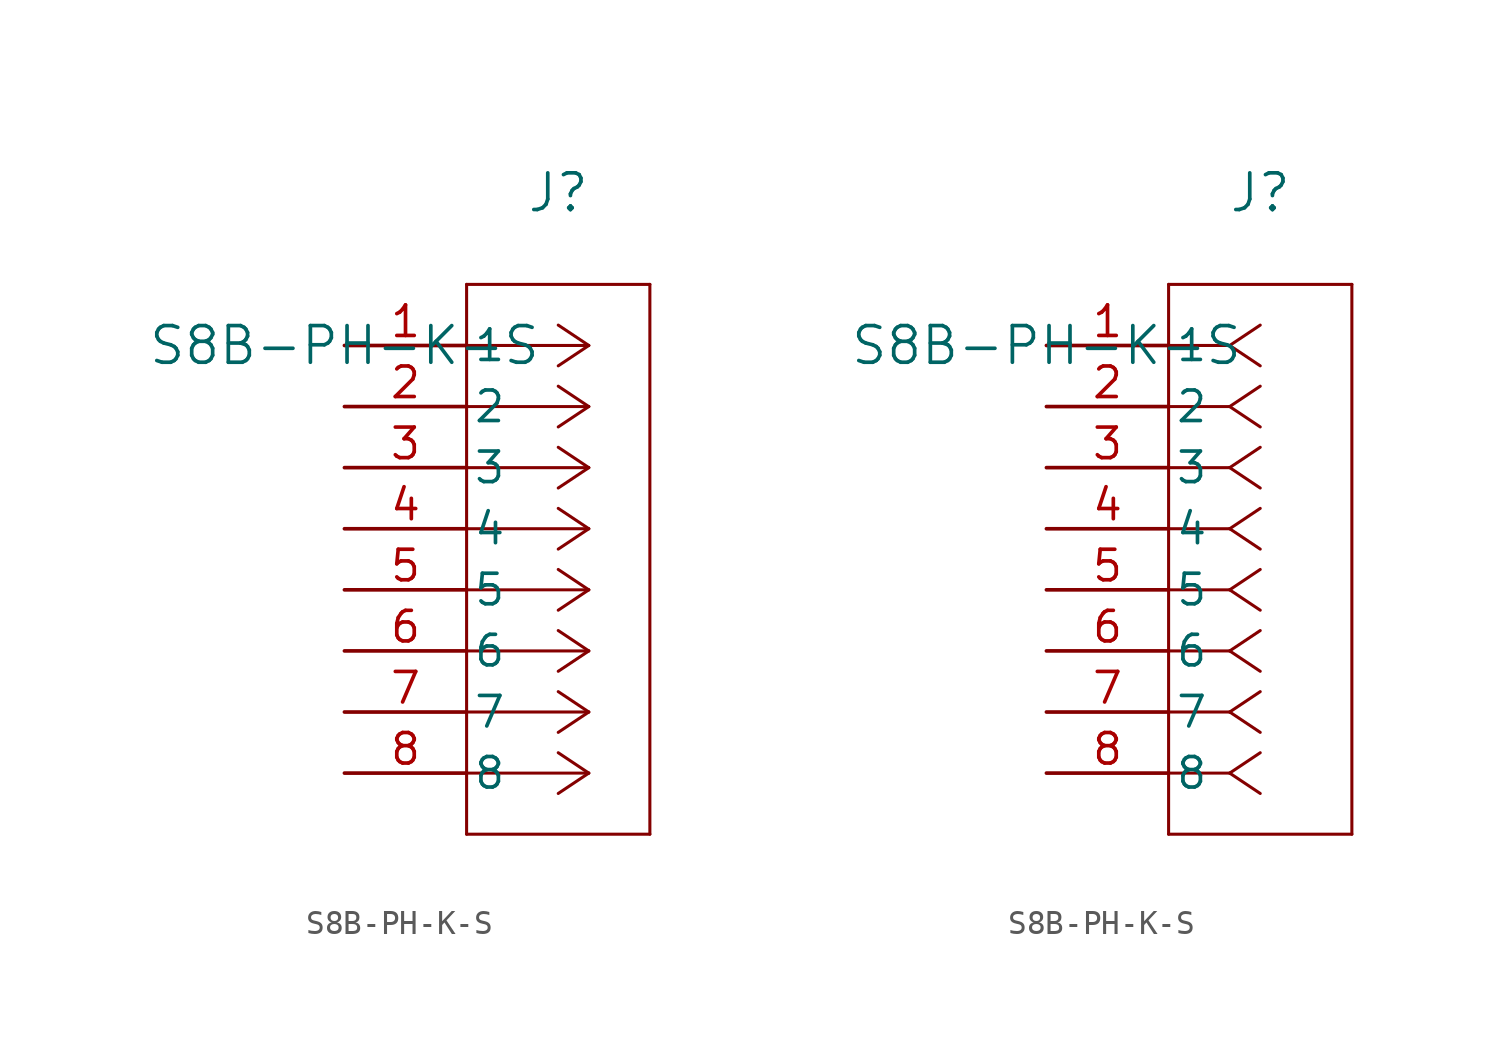
<source format=kicad_sym>
(kicad_symbol_lib
  (version 20211014)
  (generator kicad_symbol_editor)
  (symbol "S8B-PH-K-S"
    (pin_names
      (offset 0.254))
    (property "Reference" "J"
      (at 8.89 6.35 0)
      (effects (font (size 1.524 1.524))))
    (property "Value" "S8B-PH-K-S"
      (at 0 0 0)
      (effects (font (size 1.524 1.524))))
    (symbol "S8B-PH-K-S_1_1"
      (polyline (pts (xy 10.16 0) (xy 5.08 0)) (stroke (width 0.127) (type default) (color 0 0 0 0)) (fill (type none)))
      (polyline (pts (xy 10.16 -2.54) (xy 5.08 -2.54)) (stroke (width 0.127) (type default) (color 0 0 0 0)) (fill (type none)))
      (polyline (pts (xy 10.16 -5.08) (xy 5.08 -5.08)) (stroke (width 0.127) (type default) (color 0 0 0 0)) (fill (type none)))
      (polyline (pts (xy 10.16 -7.62) (xy 5.08 -7.62)) (stroke (width 0.127) (type default) (color 0 0 0 0)) (fill (type none)))
      (polyline (pts (xy 10.16 -10.16) (xy 5.08 -10.16)) (stroke (width 0.127) (type default) (color 0 0 0 0)) (fill (type none)))
      (polyline (pts (xy 10.16 -12.7) (xy 5.08 -12.7)) (stroke (width 0.127) (type default) (color 0 0 0 0)) (fill (type none)))
      (polyline (pts (xy 10.16 -15.24) (xy 5.08 -15.24)) (stroke (width 0.127) (type default) (color 0 0 0 0)) (fill (type none)))
      (polyline (pts (xy 10.16 -17.78) (xy 5.08 -17.78)) (stroke (width 0.127) (type default) (color 0 0 0 0)) (fill (type none)))
      (polyline (pts (xy 10.16 0) (xy 8.89 0.847)) (stroke (width 0.127) (type default) (color 0 0 0 0)) (fill (type none)))
      (polyline (pts (xy 10.16 -2.54) (xy 8.89 -1.693)) (stroke (width 0.127) (type default) (color 0 0 0 0)) (fill (type none)))
      (polyline (pts (xy 10.16 -5.08) (xy 8.89 -4.233)) (stroke (width 0.127) (type default) (color 0 0 0 0)) (fill (type none)))
      (polyline (pts (xy 10.16 -7.62) (xy 8.89 -6.773)) (stroke (width 0.127) (type default) (color 0 0 0 0)) (fill (type none)))
      (polyline (pts (xy 10.16 -10.16) (xy 8.89 -9.313)) (stroke (width 0.127) (type default) (color 0 0 0 0)) (fill (type none)))
      (polyline (pts (xy 10.16 -12.7) (xy 8.89 -11.853)) (stroke (width 0.127) (type default) (color 0 0 0 0)) (fill (type none)))
      (polyline (pts (xy 10.16 -15.24) (xy 8.89 -14.393)) (stroke (width 0.127) (type default) (color 0 0 0 0)) (fill (type none)))
      (polyline (pts (xy 10.16 -17.78) (xy 8.89 -16.933)) (stroke (width 0.127) (type default) (color 0 0 0 0)) (fill (type none)))
      (polyline (pts (xy 10.16 0) (xy 8.89 -0.847)) (stroke (width 0.127) (type default) (color 0 0 0 0)) (fill (type none)))
      (polyline (pts (xy 10.16 -2.54) (xy 8.89 -3.387)) (stroke (width 0.127) (type default) (color 0 0 0 0)) (fill (type none)))
      (polyline (pts (xy 10.16 -5.08) (xy 8.89 -5.927)) (stroke (width 0.127) (type default) (color 0 0 0 0)) (fill (type none)))
      (polyline (pts (xy 10.16 -7.62) (xy 8.89 -8.467)) (stroke (width 0.127) (type default) (color 0 0 0 0)) (fill (type none)))
      (polyline (pts (xy 10.16 -10.16) (xy 8.89 -11.007)) (stroke (width 0.127) (type default) (color 0 0 0 0)) (fill (type none)))
      (polyline (pts (xy 10.16 -12.7) (xy 8.89 -13.547)) (stroke (width 0.127) (type default) (color 0 0 0 0)) (fill (type none)))
      (polyline (pts (xy 10.16 -15.24) (xy 8.89 -16.087)) (stroke (width 0.127) (type default) (color 0 0 0 0)) (fill (type none)))
      (polyline (pts (xy 10.16 -17.78) (xy 8.89 -18.627)) (stroke (width 0.127) (type default) (color 0 0 0 0)) (fill (type none)))
      (polyline (pts (xy 5.08 2.54) (xy 5.08 -20.32)) (stroke (width 0.127) (type default) (color 0 0 0 0)) (fill (type none)))
      (polyline (pts (xy 5.08 -20.32) (xy 12.7 -20.32)) (stroke (width 0.127) (type default) (color 0 0 0 0)) (fill (type none)))
      (polyline (pts (xy 12.7 -20.32) (xy 12.7 2.54)) (stroke (width 0.127) (type default) (color 0 0 0 0)) (fill (type none)))
      (polyline (pts (xy 12.7 2.54) (xy 5.08 2.54)) (stroke (width 0.127) (type default) (color 0 0 0 0)) (fill (type none)))
      (pin unspecified line (at 0 0 0) (length 5.08) (name "1" (effects (font (size 1.27 1.27)))) (number "1" (effects (font (size 1.27 1.27)))))
      (pin unspecified line (at 0 -2.54 0) (length 5.08) (name "2" (effects (font (size 1.27 1.27)))) (number "2" (effects (font (size 1.27 1.27)))))
      (pin unspecified line (at 0 -5.08 0) (length 5.08) (name "3" (effects (font (size 1.27 1.27)))) (number "3" (effects (font (size 1.27 1.27)))))
      (pin unspecified line (at 0 -7.62 0) (length 5.08) (name "4" (effects (font (size 1.27 1.27)))) (number "4" (effects (font (size 1.27 1.27)))))
      (pin unspecified line (at 0 -10.16 0) (length 5.08) (name "5" (effects (font (size 1.27 1.27)))) (number "5" (effects (font (size 1.27 1.27)))))
      (pin unspecified line (at 0 -12.7 0) (length 5.08) (name "6" (effects (font (size 1.27 1.27)))) (number "6" (effects (font (size 1.27 1.27)))))
      (pin unspecified line (at 0 -15.24 0) (length 5.08) (name "7" (effects (font (size 1.27 1.27)))) (number "7" (effects (font (size 1.27 1.27)))))
      (pin unspecified line (at 0 -17.78 0) (length 5.08) (name "8" (effects (font (size 1.27 1.27)))) (number "8" (effects (font (size 1.27 1.27))))))
    (symbol "S8B-PH-K-S_1_2"
      (polyline (pts (xy 7.62 0) (xy 5.08 0)) (stroke (width 0.127) (type default) (color 0 0 0 0)) (fill (type none)))
      (polyline (pts (xy 7.62 -2.54) (xy 5.08 -2.54)) (stroke (width 0.127) (type default) (color 0 0 0 0)) (fill (type none)))
      (polyline (pts (xy 7.62 -5.08) (xy 5.08 -5.08)) (stroke (width 0.127) (type default) (color 0 0 0 0)) (fill (type none)))
      (polyline (pts (xy 7.62 -7.62) (xy 5.08 -7.62)) (stroke (width 0.127) (type default) (color 0 0 0 0)) (fill (type none)))
      (polyline (pts (xy 7.62 -10.16) (xy 5.08 -10.16)) (stroke (width 0.127) (type default) (color 0 0 0 0)) (fill (type none)))
      (polyline (pts (xy 7.62 -12.7) (xy 5.08 -12.7)) (stroke (width 0.127) (type default) (color 0 0 0 0)) (fill (type none)))
      (polyline (pts (xy 7.62 -15.24) (xy 5.08 -15.24)) (stroke (width 0.127) (type default) (color 0 0 0 0)) (fill (type none)))
      (polyline (pts (xy 7.62 -17.78) (xy 5.08 -17.78)) (stroke (width 0.127) (type default) (color 0 0 0 0)) (fill (type none)))
      (polyline (pts (xy 7.62 0) (xy 8.89 0.847)) (stroke (width 0.127) (type default) (color 0 0 0 0)) (fill (type none)))
      (polyline (pts (xy 7.62 -2.54) (xy 8.89 -1.693)) (stroke (width 0.127) (type default) (color 0 0 0 0)) (fill (type none)))
      (polyline (pts (xy 7.62 -5.08) (xy 8.89 -4.233)) (stroke (width 0.127) (type default) (color 0 0 0 0)) (fill (type none)))
      (polyline (pts (xy 7.62 -7.62) (xy 8.89 -6.773)) (stroke (width 0.127) (type default) (color 0 0 0 0)) (fill (type none)))
      (polyline (pts (xy 7.62 -10.16) (xy 8.89 -9.313)) (stroke (width 0.127) (type default) (color 0 0 0 0)) (fill (type none)))
      (polyline (pts (xy 7.62 -12.7) (xy 8.89 -11.853)) (stroke (width 0.127) (type default) (color 0 0 0 0)) (fill (type none)))
      (polyline (pts (xy 7.62 -15.24) (xy 8.89 -14.393)) (stroke (width 0.127) (type default) (color 0 0 0 0)) (fill (type none)))
      (polyline (pts (xy 7.62 -17.78) (xy 8.89 -16.933)) (stroke (width 0.127) (type default) (color 0 0 0 0)) (fill (type none)))
      (polyline (pts (xy 7.62 0) (xy 8.89 -0.847)) (stroke (width 0.127) (type default) (color 0 0 0 0)) (fill (type none)))
      (polyline (pts (xy 7.62 -2.54) (xy 8.89 -3.387)) (stroke (width 0.127) (type default) (color 0 0 0 0)) (fill (type none)))
      (polyline (pts (xy 7.62 -5.08) (xy 8.89 -5.927)) (stroke (width 0.127) (type default) (color 0 0 0 0)) (fill (type none)))
      (polyline (pts (xy 7.62 -7.62) (xy 8.89 -8.467)) (stroke (width 0.127) (type default) (color 0 0 0 0)) (fill (type none)))
      (polyline (pts (xy 7.62 -10.16) (xy 8.89 -11.007)) (stroke (width 0.127) (type default) (color 0 0 0 0)) (fill (type none)))
      (polyline (pts (xy 7.62 -12.7) (xy 8.89 -13.547)) (stroke (width 0.127) (type default) (color 0 0 0 0)) (fill (type none)))
      (polyline (pts (xy 7.62 -15.24) (xy 8.89 -16.087)) (stroke (width 0.127) (type default) (color 0 0 0 0)) (fill (type none)))
      (polyline (pts (xy 7.62 -17.78) (xy 8.89 -18.627)) (stroke (width 0.127) (type default) (color 0 0 0 0)) (fill (type none)))
      (polyline (pts (xy 5.08 2.54) (xy 5.08 -20.32)) (stroke (width 0.127) (type default) (color 0 0 0 0)) (fill (type none)))
      (polyline (pts (xy 5.08 -20.32) (xy 12.7 -20.32)) (stroke (width 0.127) (type default) (color 0 0 0 0)) (fill (type none)))
      (polyline (pts (xy 12.7 -20.32) (xy 12.7 2.54)) (stroke (width 0.127) (type default) (color 0 0 0 0)) (fill (type none)))
      (polyline (pts (xy 12.7 2.54) (xy 5.08 2.54)) (stroke (width 0.127) (type default) (color 0 0 0 0)) (fill (type none)))
      (pin unspecified line (at 0 0 0) (length 5.08) (name "1" (effects (font (size 1.27 1.27)))) (number "1" (effects (font (size 1.27 1.27)))))
      (pin unspecified line (at 0 -2.54 0) (length 5.08) (name "2" (effects (font (size 1.27 1.27)))) (number "2" (effects (font (size 1.27 1.27)))))
      (pin unspecified line (at 0 -5.08 0) (length 5.08) (name "3" (effects (font (size 1.27 1.27)))) (number "3" (effects (font (size 1.27 1.27)))))
      (pin unspecified line (at 0 -7.62 0) (length 5.08) (name "4" (effects (font (size 1.27 1.27)))) (number "4" (effects (font (size 1.27 1.27)))))
      (pin unspecified line (at 0 -10.16 0) (length 5.08) (name "5" (effects (font (size 1.27 1.27)))) (number "5" (effects (font (size 1.27 1.27)))))
      (pin unspecified line (at 0 -12.7 0) (length 5.08) (name "6" (effects (font (size 1.27 1.27)))) (number "6" (effects (font (size 1.27 1.27)))))
      (pin unspecified line (at 0 -15.24 0) (length 5.08) (name "7" (effects (font (size 1.27 1.27)))) (number "7" (effects (font (size 1.27 1.27)))))
      (pin unspecified line (at 0 -17.78 0) (length 5.08) (name "8" (effects (font (size 1.27 1.27)))) (number "8" (effects (font (size 1.27 1.27))))))))
</source>
